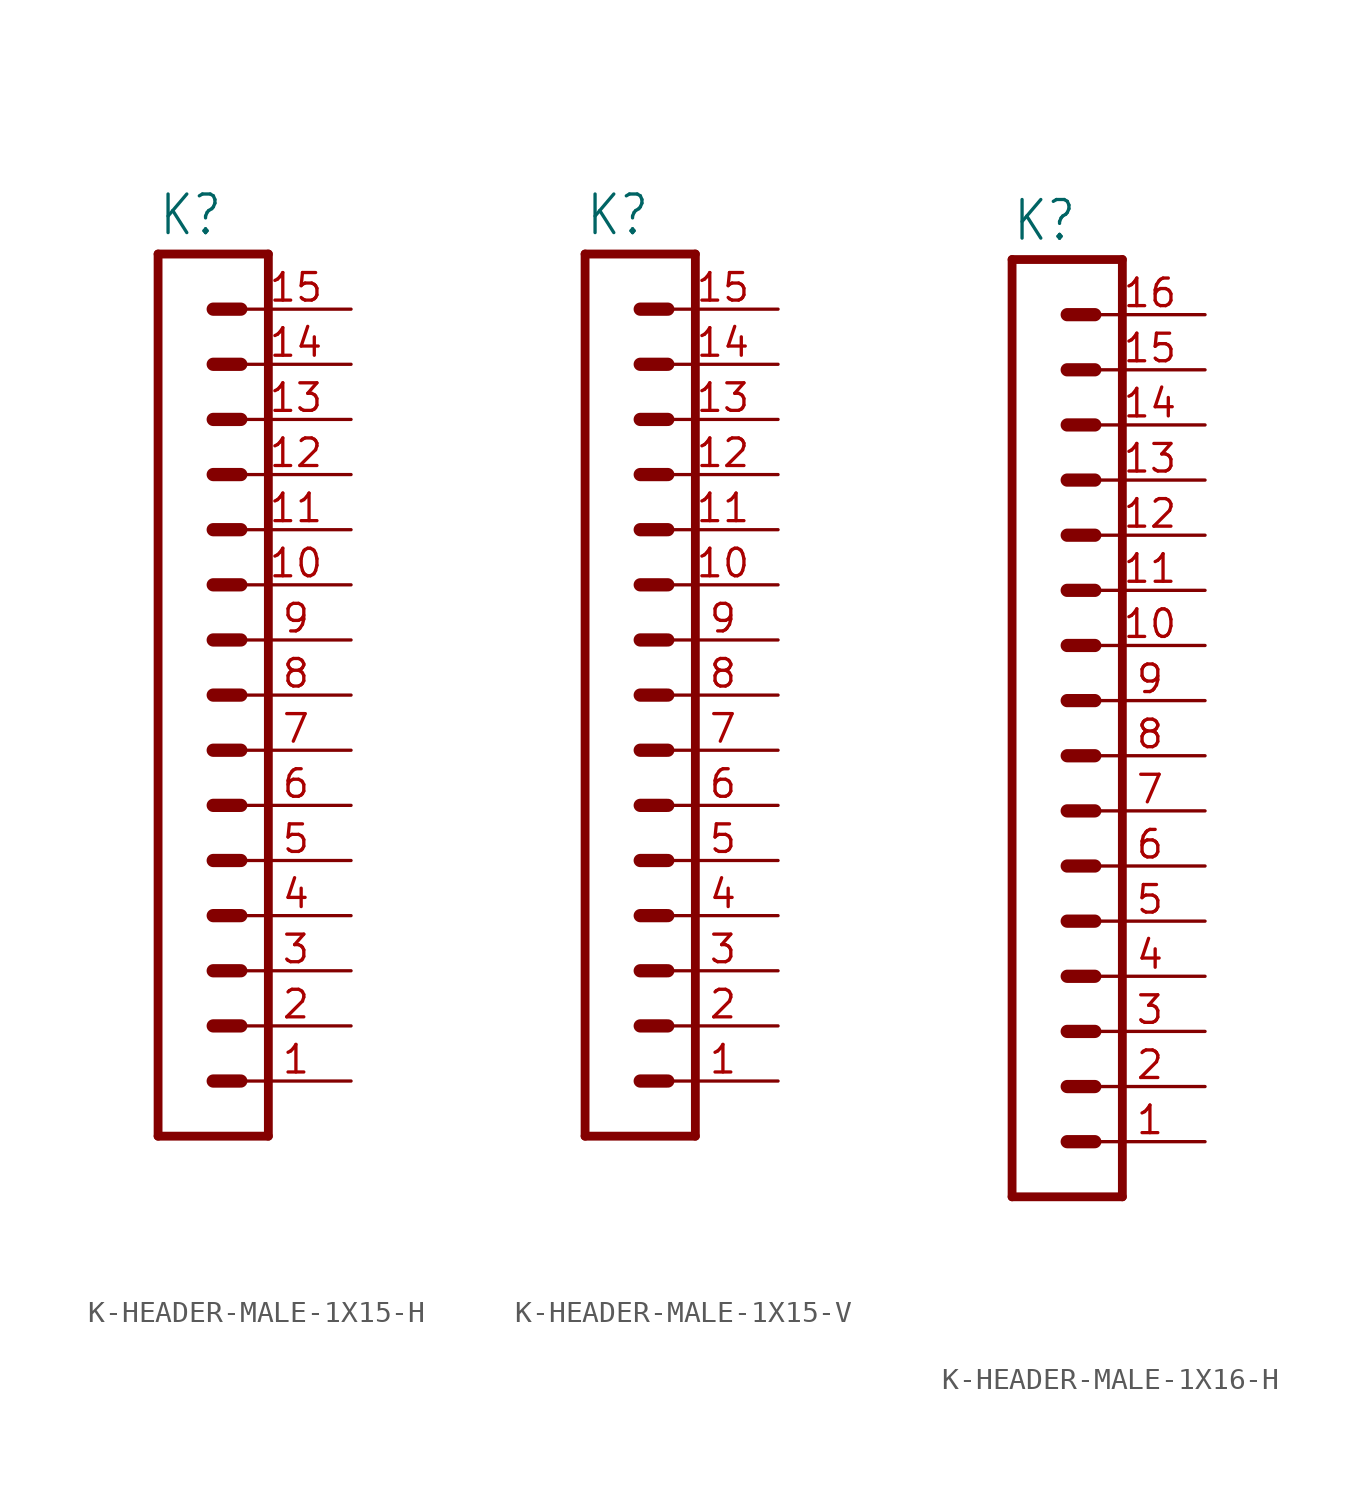
<source format=kicad_sym>
(kicad_symbol_lib
  (version 20231120)
  (generator "kicad_symbol_editor")
  (generator_version "8.0")
  (symbol "K-HEADER-MALE-1X15-H"
    (property "Reference" "K"
      (at -1.27 33.782 0)
      (effects (font (size 1.778 1.511)) (justify left bottom)))
    (property "Value" ""
      (at -1.27 -10.16 0)
      (effects (font (size 1.778 1.511)) (justify left bottom)))
    (property "ki_locked" ""
      (at 0 0 0)
      (effects (font (size 1.27 1.27))))
    (symbol "K-HEADER-MALE-1X15-H_1_0"
      (polyline (pts (xy -1.27 33.02) (xy -1.27 -7.62)) (stroke (width 0.406) (type solid)) (fill (type none)))
      (polyline (pts (xy -1.27 33.02) (xy 3.81 33.02)) (stroke (width 0.406) (type solid)) (fill (type none)))
      (polyline (pts (xy 1.27 -5.08) (xy 2.54 -5.08)) (stroke (width 0.61) (type solid)) (fill (type none)))
      (polyline (pts (xy 1.27 -2.54) (xy 2.54 -2.54)) (stroke (width 0.61) (type solid)) (fill (type none)))
      (polyline (pts (xy 1.27 0) (xy 2.54 0)) (stroke (width 0.61) (type solid)) (fill (type none)))
      (polyline (pts (xy 1.27 2.54) (xy 2.54 2.54)) (stroke (width 0.61) (type solid)) (fill (type none)))
      (polyline (pts (xy 1.27 5.08) (xy 2.54 5.08)) (stroke (width 0.61) (type solid)) (fill (type none)))
      (polyline (pts (xy 1.27 7.62) (xy 2.54 7.62)) (stroke (width 0.61) (type solid)) (fill (type none)))
      (polyline (pts (xy 1.27 10.16) (xy 2.54 10.16)) (stroke (width 0.61) (type solid)) (fill (type none)))
      (polyline (pts (xy 1.27 12.7) (xy 2.54 12.7)) (stroke (width 0.61) (type solid)) (fill (type none)))
      (polyline (pts (xy 1.27 15.24) (xy 2.54 15.24)) (stroke (width 0.61) (type solid)) (fill (type none)))
      (polyline (pts (xy 1.27 17.78) (xy 2.54 17.78)) (stroke (width 0.61) (type solid)) (fill (type none)))
      (polyline (pts (xy 1.27 20.32) (xy 2.54 20.32)) (stroke (width 0.61) (type solid)) (fill (type none)))
      (polyline (pts (xy 1.27 22.86) (xy 2.54 22.86)) (stroke (width 0.61) (type solid)) (fill (type none)))
      (polyline (pts (xy 1.27 25.4) (xy 2.54 25.4)) (stroke (width 0.61) (type solid)) (fill (type none)))
      (polyline (pts (xy 1.27 27.94) (xy 2.54 27.94)) (stroke (width 0.61) (type solid)) (fill (type none)))
      (polyline (pts (xy 1.27 30.48) (xy 2.54 30.48)) (stroke (width 0.61) (type solid)) (fill (type none)))
      (polyline (pts (xy 3.81 -7.62) (xy -1.27 -7.62)) (stroke (width 0.406) (type solid)) (fill (type none)))
      (polyline (pts (xy 3.81 -7.62) (xy 3.81 33.02)) (stroke (width 0.406) (type solid)) (fill (type none)))
      (pin passive line (at 7.62 -5.08 180) (length 5.08) (name "1" (effects (font (size 0 0)))) (number "1" (effects (font (size 1.27 1.27)))))
      (pin passive line (at 7.62 17.78 180) (length 5.08) (name "10" (effects (font (size 0 0)))) (number "10" (effects (font (size 1.27 1.27)))))
      (pin passive line (at 7.62 20.32 180) (length 5.08) (name "11" (effects (font (size 0 0)))) (number "11" (effects (font (size 1.27 1.27)))))
      (pin passive line (at 7.62 22.86 180) (length 5.08) (name "12" (effects (font (size 0 0)))) (number "12" (effects (font (size 1.27 1.27)))))
      (pin passive line (at 7.62 25.4 180) (length 5.08) (name "13" (effects (font (size 0 0)))) (number "13" (effects (font (size 1.27 1.27)))))
      (pin passive line (at 7.62 27.94 180) (length 5.08) (name "14" (effects (font (size 0 0)))) (number "14" (effects (font (size 1.27 1.27)))))
      (pin passive line (at 7.62 30.48 180) (length 5.08) (name "15" (effects (font (size 0 0)))) (number "15" (effects (font (size 1.27 1.27)))))
      (pin passive line (at 7.62 -2.54 180) (length 5.08) (name "2" (effects (font (size 0 0)))) (number "2" (effects (font (size 1.27 1.27)))))
      (pin passive line (at 7.62 0 180) (length 5.08) (name "3" (effects (font (size 0 0)))) (number "3" (effects (font (size 1.27 1.27)))))
      (pin passive line (at 7.62 2.54 180) (length 5.08) (name "4" (effects (font (size 0 0)))) (number "4" (effects (font (size 1.27 1.27)))))
      (pin passive line (at 7.62 5.08 180) (length 5.08) (name "5" (effects (font (size 0 0)))) (number "5" (effects (font (size 1.27 1.27)))))
      (pin passive line (at 7.62 7.62 180) (length 5.08) (name "6" (effects (font (size 0 0)))) (number "6" (effects (font (size 1.27 1.27)))))
      (pin passive line (at 7.62 10.16 180) (length 5.08) (name "7" (effects (font (size 0 0)))) (number "7" (effects (font (size 1.27 1.27)))))
      (pin passive line (at 7.62 12.7 180) (length 5.08) (name "8" (effects (font (size 0 0)))) (number "8" (effects (font (size 1.27 1.27)))))
      (pin passive line (at 7.62 15.24 180) (length 5.08) (name "9" (effects (font (size 0 0)))) (number "9" (effects (font (size 1.27 1.27)))))))
  (symbol "K-HEADER-MALE-1X15-V"
    (property "Reference" "K"
      (at -1.27 33.782 0)
      (effects (font (size 1.778 1.511)) (justify left bottom)))
    (property "Value" ""
      (at -1.27 -10.16 0)
      (effects (font (size 1.778 1.511)) (justify left bottom)))
    (property "ki_locked" ""
      (at 0 0 0)
      (effects (font (size 1.27 1.27))))
    (symbol "K-HEADER-MALE-1X15-V_1_0"
      (polyline (pts (xy -1.27 33.02) (xy -1.27 -7.62)) (stroke (width 0.406) (type solid)) (fill (type none)))
      (polyline (pts (xy -1.27 33.02) (xy 3.81 33.02)) (stroke (width 0.406) (type solid)) (fill (type none)))
      (polyline (pts (xy 1.27 -5.08) (xy 2.54 -5.08)) (stroke (width 0.61) (type solid)) (fill (type none)))
      (polyline (pts (xy 1.27 -2.54) (xy 2.54 -2.54)) (stroke (width 0.61) (type solid)) (fill (type none)))
      (polyline (pts (xy 1.27 0) (xy 2.54 0)) (stroke (width 0.61) (type solid)) (fill (type none)))
      (polyline (pts (xy 1.27 2.54) (xy 2.54 2.54)) (stroke (width 0.61) (type solid)) (fill (type none)))
      (polyline (pts (xy 1.27 5.08) (xy 2.54 5.08)) (stroke (width 0.61) (type solid)) (fill (type none)))
      (polyline (pts (xy 1.27 7.62) (xy 2.54 7.62)) (stroke (width 0.61) (type solid)) (fill (type none)))
      (polyline (pts (xy 1.27 10.16) (xy 2.54 10.16)) (stroke (width 0.61) (type solid)) (fill (type none)))
      (polyline (pts (xy 1.27 12.7) (xy 2.54 12.7)) (stroke (width 0.61) (type solid)) (fill (type none)))
      (polyline (pts (xy 1.27 15.24) (xy 2.54 15.24)) (stroke (width 0.61) (type solid)) (fill (type none)))
      (polyline (pts (xy 1.27 17.78) (xy 2.54 17.78)) (stroke (width 0.61) (type solid)) (fill (type none)))
      (polyline (pts (xy 1.27 20.32) (xy 2.54 20.32)) (stroke (width 0.61) (type solid)) (fill (type none)))
      (polyline (pts (xy 1.27 22.86) (xy 2.54 22.86)) (stroke (width 0.61) (type solid)) (fill (type none)))
      (polyline (pts (xy 1.27 25.4) (xy 2.54 25.4)) (stroke (width 0.61) (type solid)) (fill (type none)))
      (polyline (pts (xy 1.27 27.94) (xy 2.54 27.94)) (stroke (width 0.61) (type solid)) (fill (type none)))
      (polyline (pts (xy 1.27 30.48) (xy 2.54 30.48)) (stroke (width 0.61) (type solid)) (fill (type none)))
      (polyline (pts (xy 3.81 -7.62) (xy -1.27 -7.62)) (stroke (width 0.406) (type solid)) (fill (type none)))
      (polyline (pts (xy 3.81 -7.62) (xy 3.81 33.02)) (stroke (width 0.406) (type solid)) (fill (type none)))
      (pin passive line (at 7.62 -5.08 180) (length 5.08) (name "1" (effects (font (size 0 0)))) (number "1" (effects (font (size 1.27 1.27)))))
      (pin passive line (at 7.62 17.78 180) (length 5.08) (name "10" (effects (font (size 0 0)))) (number "10" (effects (font (size 1.27 1.27)))))
      (pin passive line (at 7.62 20.32 180) (length 5.08) (name "11" (effects (font (size 0 0)))) (number "11" (effects (font (size 1.27 1.27)))))
      (pin passive line (at 7.62 22.86 180) (length 5.08) (name "12" (effects (font (size 0 0)))) (number "12" (effects (font (size 1.27 1.27)))))
      (pin passive line (at 7.62 25.4 180) (length 5.08) (name "13" (effects (font (size 0 0)))) (number "13" (effects (font (size 1.27 1.27)))))
      (pin passive line (at 7.62 27.94 180) (length 5.08) (name "14" (effects (font (size 0 0)))) (number "14" (effects (font (size 1.27 1.27)))))
      (pin passive line (at 7.62 30.48 180) (length 5.08) (name "15" (effects (font (size 0 0)))) (number "15" (effects (font (size 1.27 1.27)))))
      (pin passive line (at 7.62 -2.54 180) (length 5.08) (name "2" (effects (font (size 0 0)))) (number "2" (effects (font (size 1.27 1.27)))))
      (pin passive line (at 7.62 0 180) (length 5.08) (name "3" (effects (font (size 0 0)))) (number "3" (effects (font (size 1.27 1.27)))))
      (pin passive line (at 7.62 2.54 180) (length 5.08) (name "4" (effects (font (size 0 0)))) (number "4" (effects (font (size 1.27 1.27)))))
      (pin passive line (at 7.62 5.08 180) (length 5.08) (name "5" (effects (font (size 0 0)))) (number "5" (effects (font (size 1.27 1.27)))))
      (pin passive line (at 7.62 7.62 180) (length 5.08) (name "6" (effects (font (size 0 0)))) (number "6" (effects (font (size 1.27 1.27)))))
      (pin passive line (at 7.62 10.16 180) (length 5.08) (name "7" (effects (font (size 0 0)))) (number "7" (effects (font (size 1.27 1.27)))))
      (pin passive line (at 7.62 12.7 180) (length 5.08) (name "8" (effects (font (size 0 0)))) (number "8" (effects (font (size 1.27 1.27)))))
      (pin passive line (at 7.62 15.24 180) (length 5.08) (name "9" (effects (font (size 0 0)))) (number "9" (effects (font (size 1.27 1.27)))))))
  (symbol "K-HEADER-MALE-1X16-H"
    (property "Reference" "K"
      (at -1.27 36.322 0)
      (effects (font (size 1.778 1.511)) (justify left bottom)))
    (property "Value" ""
      (at -1.27 -10.16 0)
      (effects (font (size 1.778 1.511)) (justify left bottom)))
    (property "ki_locked" ""
      (at 0 0 0)
      (effects (font (size 1.27 1.27))))
    (symbol "K-HEADER-MALE-1X16-H_1_0"
      (polyline (pts (xy -1.27 35.56) (xy -1.27 -7.62)) (stroke (width 0.406) (type solid)) (fill (type none)))
      (polyline (pts (xy -1.27 35.56) (xy 3.81 35.56)) (stroke (width 0.406) (type solid)) (fill (type none)))
      (polyline (pts (xy 1.27 -5.08) (xy 2.54 -5.08)) (stroke (width 0.61) (type solid)) (fill (type none)))
      (polyline (pts (xy 1.27 -2.54) (xy 2.54 -2.54)) (stroke (width 0.61) (type solid)) (fill (type none)))
      (polyline (pts (xy 1.27 0) (xy 2.54 0)) (stroke (width 0.61) (type solid)) (fill (type none)))
      (polyline (pts (xy 1.27 2.54) (xy 2.54 2.54)) (stroke (width 0.61) (type solid)) (fill (type none)))
      (polyline (pts (xy 1.27 5.08) (xy 2.54 5.08)) (stroke (width 0.61) (type solid)) (fill (type none)))
      (polyline (pts (xy 1.27 7.62) (xy 2.54 7.62)) (stroke (width 0.61) (type solid)) (fill (type none)))
      (polyline (pts (xy 1.27 10.16) (xy 2.54 10.16)) (stroke (width 0.61) (type solid)) (fill (type none)))
      (polyline (pts (xy 1.27 12.7) (xy 2.54 12.7)) (stroke (width 0.61) (type solid)) (fill (type none)))
      (polyline (pts (xy 1.27 15.24) (xy 2.54 15.24)) (stroke (width 0.61) (type solid)) (fill (type none)))
      (polyline (pts (xy 1.27 17.78) (xy 2.54 17.78)) (stroke (width 0.61) (type solid)) (fill (type none)))
      (polyline (pts (xy 1.27 20.32) (xy 2.54 20.32)) (stroke (width 0.61) (type solid)) (fill (type none)))
      (polyline (pts (xy 1.27 22.86) (xy 2.54 22.86)) (stroke (width 0.61) (type solid)) (fill (type none)))
      (polyline (pts (xy 1.27 25.4) (xy 2.54 25.4)) (stroke (width 0.61) (type solid)) (fill (type none)))
      (polyline (pts (xy 1.27 27.94) (xy 2.54 27.94)) (stroke (width 0.61) (type solid)) (fill (type none)))
      (polyline (pts (xy 1.27 30.48) (xy 2.54 30.48)) (stroke (width 0.61) (type solid)) (fill (type none)))
      (polyline (pts (xy 1.27 33.02) (xy 2.54 33.02)) (stroke (width 0.61) (type solid)) (fill (type none)))
      (polyline (pts (xy 3.81 -7.62) (xy -1.27 -7.62)) (stroke (width 0.406) (type solid)) (fill (type none)))
      (polyline (pts (xy 3.81 -7.62) (xy 3.81 35.56)) (stroke (width 0.406) (type solid)) (fill (type none)))
      (pin passive line (at 7.62 -5.08 180) (length 5.08) (name "1" (effects (font (size 0 0)))) (number "1" (effects (font (size 1.27 1.27)))))
      (pin passive line (at 7.62 17.78 180) (length 5.08) (name "10" (effects (font (size 0 0)))) (number "10" (effects (font (size 1.27 1.27)))))
      (pin passive line (at 7.62 20.32 180) (length 5.08) (name "11" (effects (font (size 0 0)))) (number "11" (effects (font (size 1.27 1.27)))))
      (pin passive line (at 7.62 22.86 180) (length 5.08) (name "12" (effects (font (size 0 0)))) (number "12" (effects (font (size 1.27 1.27)))))
      (pin passive line (at 7.62 25.4 180) (length 5.08) (name "13" (effects (font (size 0 0)))) (number "13" (effects (font (size 1.27 1.27)))))
      (pin passive line (at 7.62 27.94 180) (length 5.08) (name "14" (effects (font (size 0 0)))) (number "14" (effects (font (size 1.27 1.27)))))
      (pin passive line (at 7.62 30.48 180) (length 5.08) (name "15" (effects (font (size 0 0)))) (number "15" (effects (font (size 1.27 1.27)))))
      (pin passive line (at 7.62 33.02 180) (length 5.08) (name "16" (effects (font (size 0 0)))) (number "16" (effects (font (size 1.27 1.27)))))
      (pin passive line (at 7.62 -2.54 180) (length 5.08) (name "2" (effects (font (size 0 0)))) (number "2" (effects (font (size 1.27 1.27)))))
      (pin passive line (at 7.62 0 180) (length 5.08) (name "3" (effects (font (size 0 0)))) (number "3" (effects (font (size 1.27 1.27)))))
      (pin passive line (at 7.62 2.54 180) (length 5.08) (name "4" (effects (font (size 0 0)))) (number "4" (effects (font (size 1.27 1.27)))))
      (pin passive line (at 7.62 5.08 180) (length 5.08) (name "5" (effects (font (size 0 0)))) (number "5" (effects (font (size 1.27 1.27)))))
      (pin passive line (at 7.62 7.62 180) (length 5.08) (name "6" (effects (font (size 0 0)))) (number "6" (effects (font (size 1.27 1.27)))))
      (pin passive line (at 7.62 10.16 180) (length 5.08) (name "7" (effects (font (size 0 0)))) (number "7" (effects (font (size 1.27 1.27)))))
      (pin passive line (at 7.62 12.7 180) (length 5.08) (name "8" (effects (font (size 0 0)))) (number "8" (effects (font (size 1.27 1.27)))))
      (pin passive line (at 7.62 15.24 180) (length 5.08) (name "9" (effects (font (size 0 0)))) (number "9" (effects (font (size 1.27 1.27))))))))
</source>
